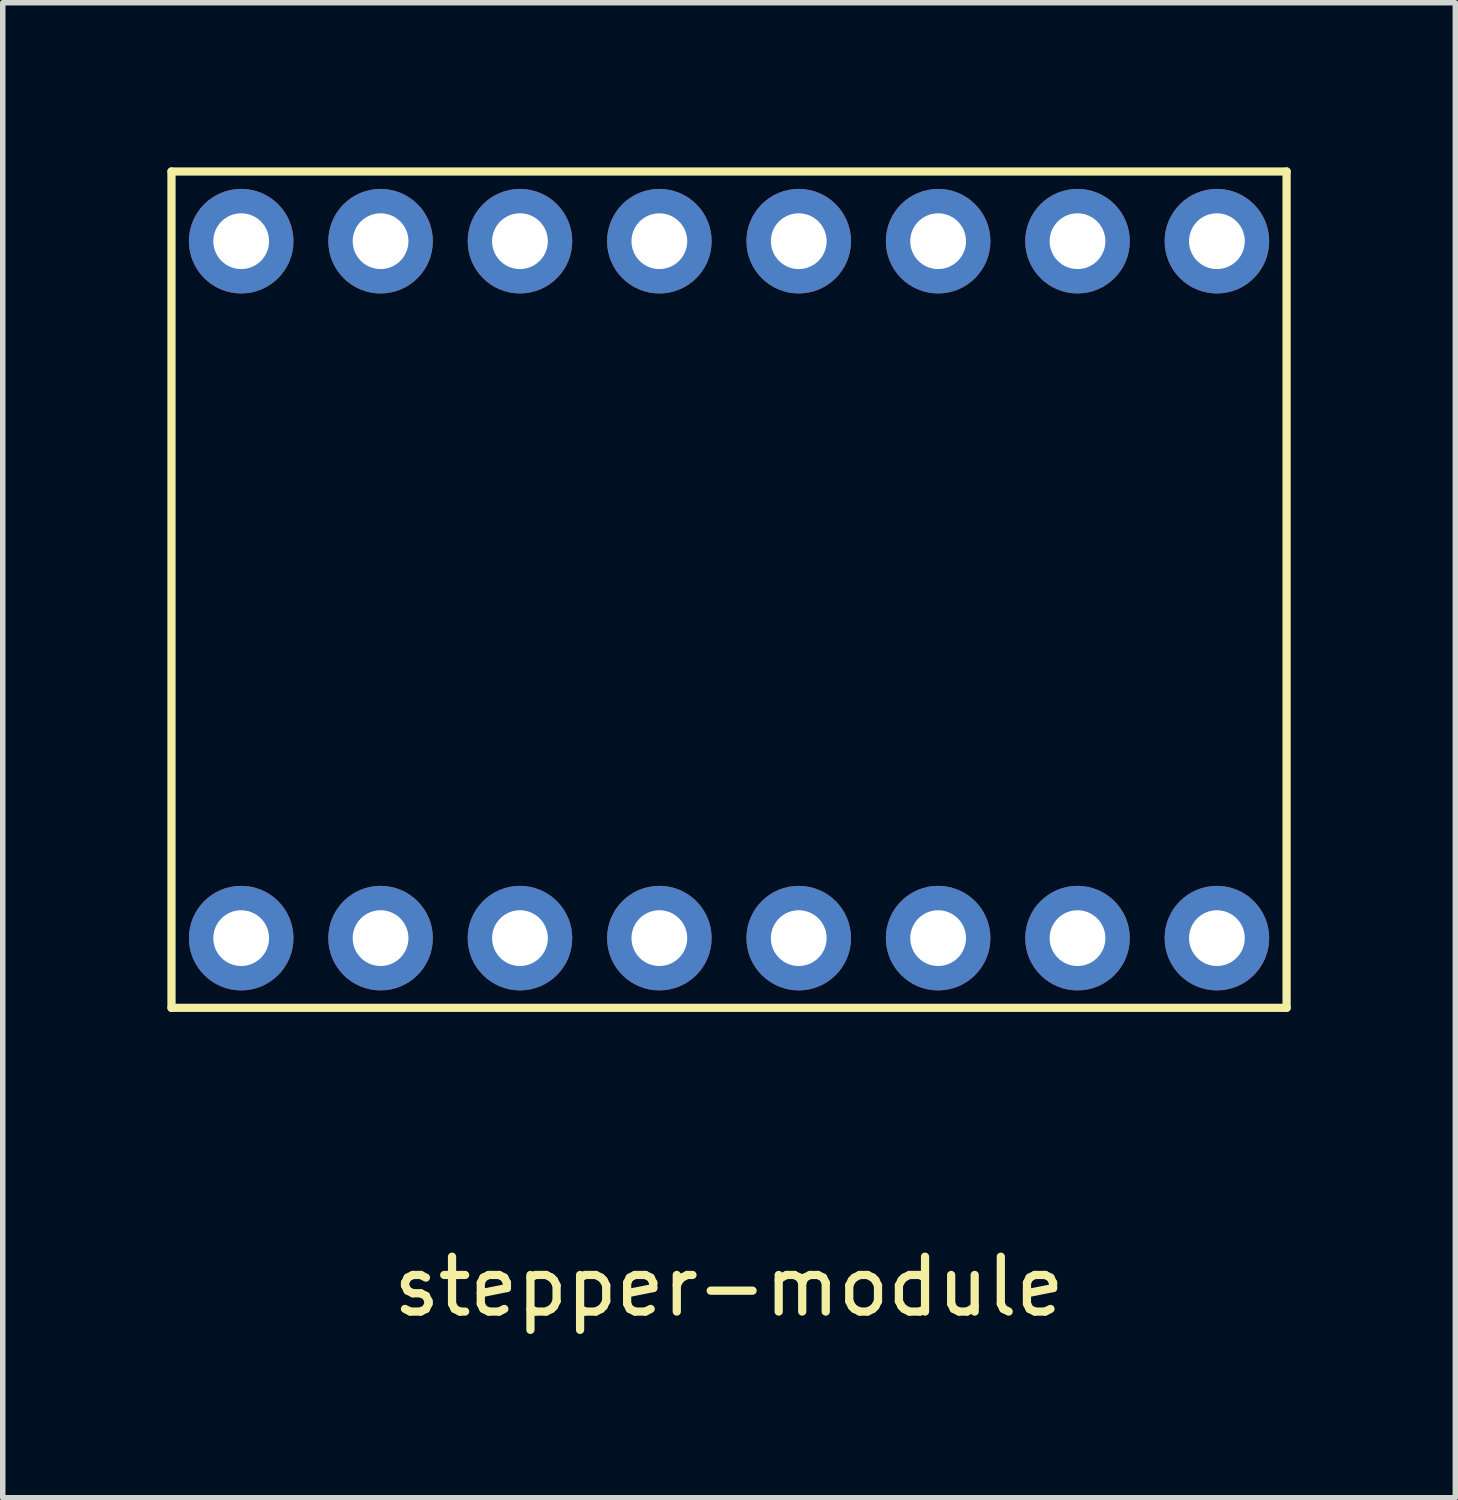
<source format=kicad_pcb>
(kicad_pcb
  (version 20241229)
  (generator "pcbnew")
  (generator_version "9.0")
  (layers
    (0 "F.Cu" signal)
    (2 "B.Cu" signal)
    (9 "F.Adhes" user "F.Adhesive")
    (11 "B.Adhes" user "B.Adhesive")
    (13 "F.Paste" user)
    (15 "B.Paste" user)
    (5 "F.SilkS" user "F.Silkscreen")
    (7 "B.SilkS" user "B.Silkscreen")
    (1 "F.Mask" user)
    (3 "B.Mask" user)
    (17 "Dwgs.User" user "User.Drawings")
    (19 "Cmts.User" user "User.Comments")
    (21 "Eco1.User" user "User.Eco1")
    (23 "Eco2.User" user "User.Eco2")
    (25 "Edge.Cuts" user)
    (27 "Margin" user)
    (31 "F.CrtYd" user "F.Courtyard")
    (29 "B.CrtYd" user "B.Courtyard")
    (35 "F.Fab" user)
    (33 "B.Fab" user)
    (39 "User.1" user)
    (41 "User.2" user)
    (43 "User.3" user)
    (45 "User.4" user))
  (footprint "stepper-module"
    (layer "F.Cu")
    (at 19.125 14.045)
    (property "Reference" "stepper-module" (at -8.89 6.35 0) (layer "F.SilkS") (effects (font (size 1 1) (thickness 0.15))))
    (attr through_hole)
    (fp_line (start -19.05 -13.97) (end -19.05 1.27) (stroke (width 0.15) (type solid)) (layer "F.SilkS"))
    (fp_line (start -19.05 1.27) (end 1.27 1.27) (stroke (width 0.15) (type solid)) (layer "F.SilkS"))
    (fp_line (start 1.27 -13.97) (end -19.05 -13.97) (stroke (width 0.15) (type solid)) (layer "F.SilkS"))
    (fp_line (start 1.27 1.27) (end 1.27 -13.97) (stroke (width 0.15) (type solid)) (layer "F.SilkS"))
    (pad "1A" thru_hole circle (at -7.62 -12.7 180) (size 1.905 1.905) (drill 1.016) (layers "*.Cu" "*.Mask"))
    (pad "1B" thru_hole circle (at -5.08 -12.7 180) (size 1.905 1.905) (drill 1.016) (layers "*.Cu" "*.Mask"))
    (pad "2A" thru_hole circle (at -10.16 -12.7 180) (size 1.905 1.905) (drill 1.016) (layers "*.Cu" "*.Mask"))
    (pad "2B" thru_hole circle (at -12.7 -12.7 180) (size 1.905 1.905) (drill 1.016) (layers "*.Cu" "*.Mask"))
    (pad "DIR" thru_hole circle (at 0 0 180) (size 1.905 1.905) (drill 1.016) (layers "*.Cu" "*.Mask"))
    (pad "EN" thru_hole circle (at -17.78 0 180) (size 1.905 1.905) (drill 1.016) (layers "*.Cu" "*.Mask"))
    (pad "GND" thru_hole circle (at -15.24 -12.7 180) (size 1.905 1.905) (drill 1.016) (layers "*.Cu" "*.Mask"))
    (pad "GND" thru_hole circle (at 0 -12.7 180) (size 1.905 1.905) (drill 1.016) (layers "*.Cu" "*.Mask"))
    (pad "MS1" thru_hole circle (at -15.24 0 180) (size 1.905 1.905) (drill 1.016) (layers "*.Cu" "*.Mask"))
    (pad "MS2" thru_hole circle (at -12.7 0 180) (size 1.905 1.905) (drill 1.016) (layers "*.Cu" "*.Mask"))
    (pad "MS3" thru_hole circle (at -10.16 0 180) (size 1.905 1.905) (drill 1.016) (layers "*.Cu" "*.Mask"))
    (pad "RST" thru_hole circle (at -7.62 0 180) (size 1.905 1.905) (drill 1.016) (layers "*.Cu" "*.Mask"))
    (pad "SLP" thru_hole circle (at -5.08 0 180) (size 1.905 1.905) (drill 1.016) (layers "*.Cu" "*.Mask"))
    (pad "STEP" thru_hole circle (at -2.54 0 180) (size 1.905 1.905) (drill 1.016) (layers "*.Cu" "*.Mask"))
    (pad "VDD" thru_hole circle (at -2.54 -12.7 180) (size 1.905 1.905) (drill 1.016) (layers "*.Cu" "*.Mask"))
    (pad "VMOT" thru_hole circle (at -17.78 -12.7 180) (size 1.905 1.905) (drill 1.016) (layers "*.Cu" "*.Mask")))
  (gr_rect
    (start -3 -3)
    (end 23.47 24.243)
    (stroke (width 0.1) (type default))
    (fill no)
    (layer "Edge.Cuts")))
</source>
